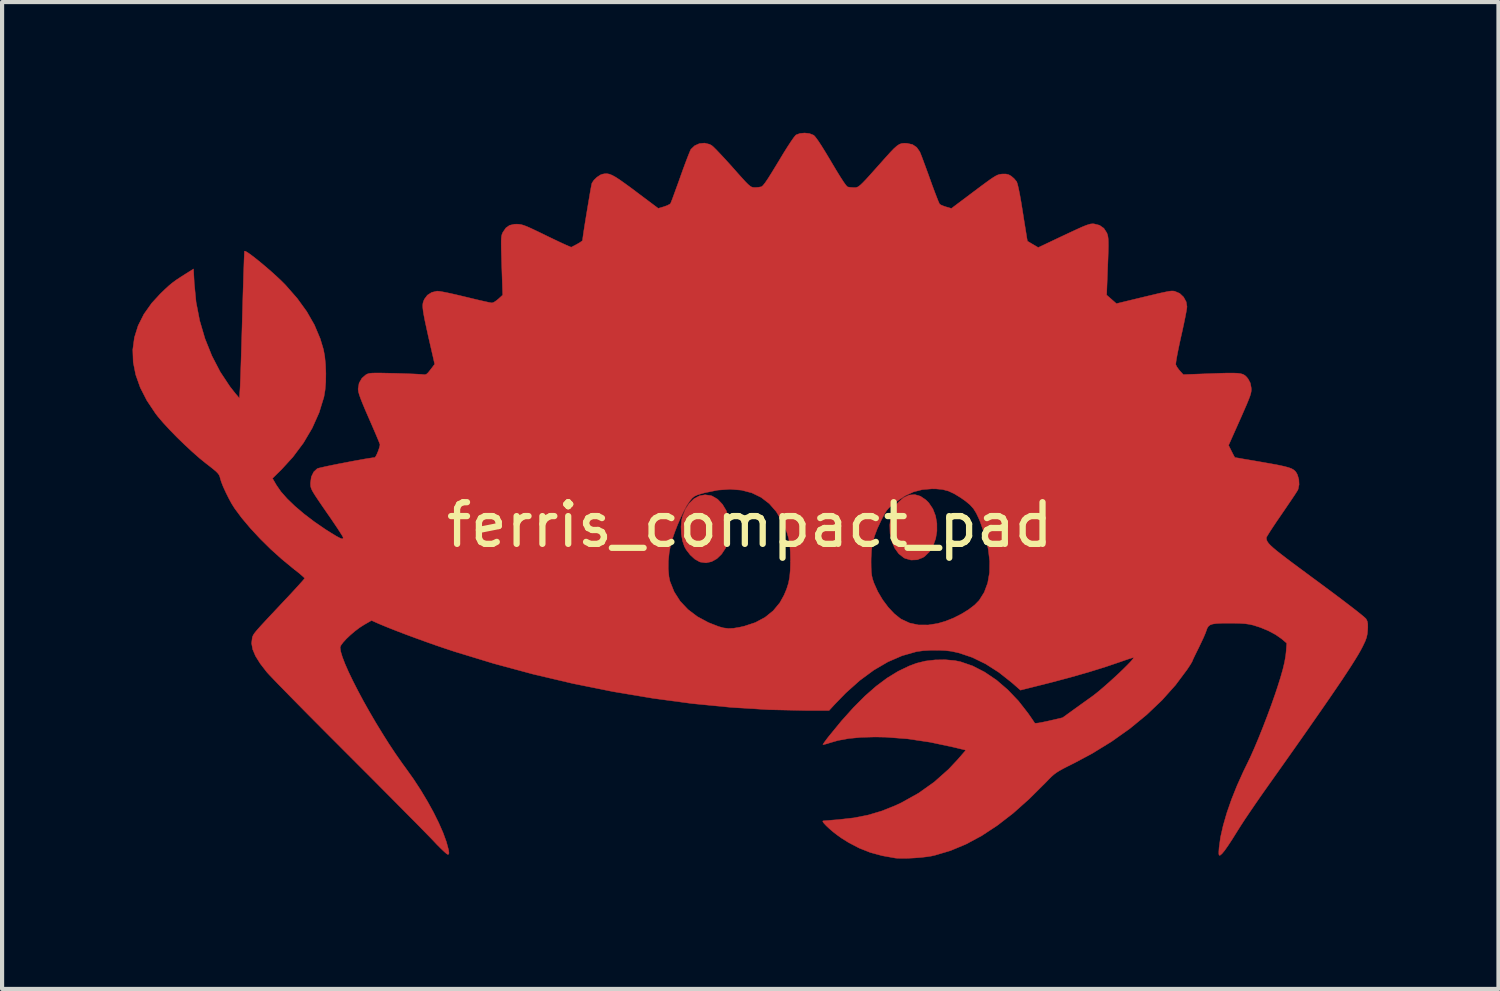
<source format=kicad_pcb>
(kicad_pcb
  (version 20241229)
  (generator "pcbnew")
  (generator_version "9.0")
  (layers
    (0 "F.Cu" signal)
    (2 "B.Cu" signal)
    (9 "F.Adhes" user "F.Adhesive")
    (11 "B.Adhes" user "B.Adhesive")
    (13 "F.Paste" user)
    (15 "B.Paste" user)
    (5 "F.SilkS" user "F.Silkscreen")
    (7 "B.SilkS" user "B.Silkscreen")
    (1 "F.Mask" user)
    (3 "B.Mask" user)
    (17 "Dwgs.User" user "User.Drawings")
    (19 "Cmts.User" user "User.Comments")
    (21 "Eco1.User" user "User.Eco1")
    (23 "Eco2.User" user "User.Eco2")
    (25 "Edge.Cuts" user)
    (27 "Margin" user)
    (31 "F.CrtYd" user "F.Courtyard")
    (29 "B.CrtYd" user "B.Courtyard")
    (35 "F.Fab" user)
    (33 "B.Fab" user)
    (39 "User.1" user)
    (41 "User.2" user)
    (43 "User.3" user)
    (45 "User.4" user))
  (footprint "ferris_compact_pad"
    (layer "F.Cu")
    (at 14.941 9.045)
    (property "Reference" "ferris_compact_pad" (at 0 0.5 0) (layer "F.SilkS") (effects (font (size 1 1) (thickness 0.15))))
    (attr through_hole)
    (fp_poly (pts (xy 4.094 -0.189) (xy 4.225 -0.1) (xy 4.294 -0.031) (xy 4.392 0.114) (xy 4.457 0.282) (xy 4.489 0.463) (xy 4.49 0.648) (xy 4.46 0.829) (xy 4.4 0.997) (xy 4.312 1.142) (xy 4.197 1.255) (xy 4.152 1.284) (xy 4.015 1.337) (xy 3.869 1.343) (xy 3.727 1.304) (xy 3.696 1.288) (xy 3.574 1.192) (xy 3.477 1.057) (xy 3.406 0.891) (xy 3.365 0.704) (xy 3.359 0.502) (xy 3.359 0.495) (xy 3.384 0.305) (xy 3.436 0.147) (xy 3.521 0.01) (xy 3.566 -0.045) (xy 3.693 -0.156) (xy 3.825 -0.217) (xy 3.96 -0.228) (xy 4.094 -0.189)) (stroke (width 0.01) (type solid)) (fill yes) (layer "F.Cu"))
    (fp_poly (pts (xy -0.932 -0.203) (xy -0.906 -0.194) (xy -0.773 -0.117) (xy -0.657 0.005) (xy -0.568 0.152) (xy -0.519 0.289) (xy -0.49 0.455) (xy -0.482 0.632) (xy -0.497 0.801) (xy -0.517 0.892) (xy -0.585 1.062) (xy -0.678 1.203) (xy -0.79 1.311) (xy -0.916 1.381) (xy -1.049 1.41) (xy -1.184 1.392) (xy -1.204 1.386) (xy -1.318 1.322) (xy -1.429 1.221) (xy -1.526 1.095) (xy -1.567 1.022) (xy -1.614 0.884) (xy -1.643 0.718) (xy -1.65 0.543) (xy -1.634 0.378) (xy -1.617 0.303) (xy -1.547 0.126) (xy -1.453 -0.019) (xy -1.339 -0.128) (xy -1.211 -0.197) (xy -1.074 -0.223) (xy -0.932 -0.203)) (stroke (width 0.01) (type solid)) (fill yes) (layer "F.Cu"))
    (fp_poly (pts (xy 1.432 -8.891) (xy 1.526 -8.854) (xy 1.537 -8.848) (xy 1.576 -8.805) (xy 1.638 -8.721) (xy 1.72 -8.597) (xy 1.819 -8.437) (xy 1.936 -8.242) (xy 1.956 -8.208) (xy 2.076 -8.006) (xy 2.176 -7.844) (xy 2.255 -7.723) (xy 2.312 -7.645) (xy 2.346 -7.611) (xy 2.349 -7.61) (xy 2.408 -7.6) (xy 2.487 -7.595) (xy 2.505 -7.595) (xy 2.534 -7.595) (xy 2.561 -7.599) (xy 2.589 -7.609) (xy 2.622 -7.63) (xy 2.663 -7.664) (xy 2.717 -7.716) (xy 2.787 -7.789) (xy 2.876 -7.887) (xy 2.989 -8.013) (xy 3.13 -8.171) (xy 3.25 -8.306) (xy 3.366 -8.434) (xy 3.456 -8.528) (xy 3.528 -8.592) (xy 3.589 -8.633) (xy 3.647 -8.653) (xy 3.709 -8.659) (xy 3.773 -8.656) (xy 3.904 -8.627) (xy 4.003 -8.561) (xy 4.078 -8.455) (xy 4.096 -8.413) (xy 4.128 -8.331) (xy 4.171 -8.216) (xy 4.223 -8.075) (xy 4.281 -7.917) (xy 4.32 -7.808) (xy 4.379 -7.644) (xy 4.434 -7.496) (xy 4.482 -7.371) (xy 4.52 -7.274) (xy 4.547 -7.214) (xy 4.556 -7.197) (xy 4.596 -7.173) (xy 4.666 -7.145) (xy 4.711 -7.131) (xy 4.837 -7.094) (xy 5.379 -7.501) (xy 5.543 -7.624) (xy 5.672 -7.719) (xy 5.772 -7.791) (xy 5.848 -7.842) (xy 5.907 -7.877) (xy 5.954 -7.899) (xy 5.995 -7.911) (xy 6.035 -7.917) (xy 6.053 -7.919) (xy 6.146 -7.92) (xy 6.214 -7.903) (xy 6.272 -7.87) (xy 6.341 -7.811) (xy 6.397 -7.744) (xy 6.404 -7.734) (xy 6.422 -7.683) (xy 6.446 -7.584) (xy 6.475 -7.443) (xy 6.507 -7.264) (xy 6.542 -7.049) (xy 6.552 -6.986) (xy 6.58 -6.808) (xy 6.606 -6.647) (xy 6.628 -6.511) (xy 6.645 -6.404) (xy 6.657 -6.335) (xy 6.662 -6.309) (xy 6.662 -6.309) (xy 6.685 -6.295) (xy 6.739 -6.263) (xy 6.795 -6.23) (xy 6.921 -6.156) (xy 7.531 -6.445) (xy 7.717 -6.532) (xy 7.864 -6.6) (xy 7.977 -6.651) (xy 8.063 -6.686) (xy 8.128 -6.708) (xy 8.178 -6.721) (xy 8.22 -6.725) (xy 8.258 -6.724) (xy 8.392 -6.69) (xy 8.496 -6.617) (xy 8.568 -6.505) (xy 8.572 -6.493) (xy 8.585 -6.456) (xy 8.594 -6.413) (xy 8.6 -6.36) (xy 8.603 -6.288) (xy 8.604 -6.191) (xy 8.601 -6.064) (xy 8.596 -5.898) (xy 8.588 -5.7) (xy 8.562 -5.016) (xy 8.68 -4.913) (xy 8.797 -4.81) (xy 9.04 -4.869) (xy 9.297 -4.931) (xy 9.509 -4.982) (xy 9.682 -5.023) (xy 9.819 -5.056) (xy 9.926 -5.079) (xy 10.007 -5.096) (xy 10.067 -5.107) (xy 10.111 -5.112) (xy 10.143 -5.113) (xy 10.169 -5.111) (xy 10.193 -5.107) (xy 10.199 -5.105) (xy 10.316 -5.055) (xy 10.409 -4.967) (xy 10.471 -4.853) (xy 10.49 -4.738) (xy 10.485 -4.689) (xy 10.469 -4.598) (xy 10.445 -4.473) (xy 10.414 -4.323) (xy 10.378 -4.155) (xy 10.348 -4.023) (xy 10.31 -3.849) (xy 10.277 -3.69) (xy 10.25 -3.552) (xy 10.231 -3.443) (xy 10.222 -3.37) (xy 10.222 -3.344) (xy 10.248 -3.292) (xy 10.295 -3.226) (xy 10.319 -3.198) (xy 10.401 -3.107) (xy 11.068 -3.131) (xy 11.286 -3.139) (xy 11.46 -3.144) (xy 11.596 -3.144) (xy 11.7 -3.14) (xy 11.777 -3.13) (xy 11.835 -3.113) (xy 11.879 -3.088) (xy 11.915 -3.055) (xy 11.95 -3.013) (xy 11.957 -3.004) (xy 12.01 -2.904) (xy 12.032 -2.786) (xy 12.034 -2.743) (xy 12.03 -2.7) (xy 12.02 -2.649) (xy 12 -2.585) (xy 11.968 -2.502) (xy 11.923 -2.392) (xy 11.861 -2.25) (xy 11.782 -2.069) (xy 11.765 -2.032) (xy 11.488 -1.41) (xy 11.561 -1.264) (xy 11.599 -1.189) (xy 11.628 -1.136) (xy 11.64 -1.117) (xy 11.666 -1.113) (xy 11.735 -1.102) (xy 11.84 -1.083) (xy 11.976 -1.06) (xy 12.136 -1.033) (xy 12.301 -1.004) (xy 12.517 -0.966) (xy 12.69 -0.934) (xy 12.823 -0.905) (xy 12.924 -0.878) (xy 12.999 -0.851) (xy 13.052 -0.82) (xy 13.091 -0.785) (xy 13.12 -0.743) (xy 13.141 -0.702) (xy 13.174 -0.59) (xy 13.18 -0.468) (xy 13.157 -0.358) (xy 13.147 -0.334) (xy 13.122 -0.294) (xy 13.074 -0.219) (xy 13.005 -0.116) (xy 12.92 0.009) (xy 12.825 0.149) (xy 12.753 0.254) (xy 12.654 0.398) (xy 12.566 0.529) (xy 12.492 0.642) (xy 12.437 0.73) (xy 12.403 0.787) (xy 12.395 0.806) (xy 12.397 0.838) (xy 12.405 0.87) (xy 12.421 0.904) (xy 12.449 0.943) (xy 12.492 0.989) (xy 12.554 1.046) (xy 12.636 1.115) (xy 12.742 1.199) (xy 12.876 1.302) (xy 13.04 1.426) (xy 13.238 1.572) (xy 13.471 1.745) (xy 13.602 1.841) (xy 13.827 2.008) (xy 14.037 2.164) (xy 14.228 2.308) (xy 14.397 2.437) (xy 14.541 2.548) (xy 14.655 2.639) (xy 14.736 2.706) (xy 14.781 2.747) (xy 14.788 2.756) (xy 14.815 2.809) (xy 14.828 2.872) (xy 14.829 2.962) (xy 14.826 3.016) (xy 14.817 3.114) (xy 14.799 3.199) (xy 14.767 3.288) (xy 14.714 3.399) (xy 14.703 3.422) (xy 14.657 3.509) (xy 14.598 3.612) (xy 14.525 3.732) (xy 14.437 3.872) (xy 14.332 4.033) (xy 14.21 4.218) (xy 14.068 4.427) (xy 13.906 4.664) (xy 13.722 4.93) (xy 13.515 5.227) (xy 13.284 5.558) (xy 13.027 5.923) (xy 12.743 6.325) (xy 12.43 6.766) (xy 12.383 6.833) (xy 12.256 7.013) (xy 12.127 7.2) (xy 12.002 7.383) (xy 11.887 7.553) (xy 11.79 7.702) (xy 11.715 7.82) (xy 11.708 7.831) (xy 11.581 8.035) (xy 11.476 8.195) (xy 11.393 8.313) (xy 11.33 8.389) (xy 11.286 8.426) (xy 11.28 8.428) (xy 11.263 8.426) (xy 11.254 8.399) (xy 11.254 8.339) (xy 11.261 8.239) (xy 11.295 7.993) (xy 11.358 7.715) (xy 11.446 7.41) (xy 11.558 7.088) (xy 11.691 6.756) (xy 11.842 6.42) (xy 11.926 6.248) (xy 12.01 6.074) (xy 12.105 5.86) (xy 12.207 5.618) (xy 12.312 5.356) (xy 12.416 5.086) (xy 12.516 4.816) (xy 12.607 4.557) (xy 12.657 4.407) (xy 12.734 4.164) (xy 12.792 3.96) (xy 12.833 3.786) (xy 12.859 3.635) (xy 12.87 3.529) (xy 12.884 3.338) (xy 12.756 3.23) (xy 12.617 3.133) (xy 12.443 3.04) (xy 12.25 2.96) (xy 12.078 2.905) (xy 11.986 2.885) (xy 11.883 2.87) (xy 11.76 2.862) (xy 11.603 2.858) (xy 11.505 2.858) (xy 11.333 2.859) (xy 11.203 2.865) (xy 11.11 2.878) (xy 11.046 2.9) (xy 11.002 2.935) (xy 10.973 2.984) (xy 10.951 3.046) (xy 10.928 3.108) (xy 10.887 3.204) (xy 10.833 3.319) (xy 10.774 3.442) (xy 10.768 3.454) (xy 10.712 3.567) (xy 10.665 3.663) (xy 10.632 3.734) (xy 10.617 3.769) (xy 10.617 3.772) (xy 10.604 3.797) (xy 10.569 3.855) (xy 10.518 3.933) (xy 10.492 3.972) (xy 10.214 4.344) (xy 9.89 4.706) (xy 9.524 5.054) (xy 9.12 5.386) (xy 8.682 5.697) (xy 8.215 5.984) (xy 7.798 6.207) (xy 7.64 6.286) (xy 7.519 6.348) (xy 7.426 6.4) (xy 7.353 6.446) (xy 7.291 6.493) (xy 7.232 6.546) (xy 7.166 6.612) (xy 7.099 6.682) (xy 6.705 7.074) (xy 6.319 7.418) (xy 5.937 7.713) (xy 5.561 7.96) (xy 5.187 8.161) (xy 4.815 8.316) (xy 4.444 8.426) (xy 4.356 8.446) (xy 4.246 8.463) (xy 4.106 8.479) (xy 3.951 8.491) (xy 3.795 8.499) (xy 3.653 8.501) (xy 3.539 8.498) (xy 3.493 8.494) (xy 3.175 8.437) (xy 2.891 8.36) (xy 2.628 8.256) (xy 2.371 8.122) (xy 2.197 8.013) (xy 2.099 7.943) (xy 2.001 7.867) (xy 1.911 7.79) (xy 1.835 7.719) (xy 1.779 7.659) (xy 1.751 7.618) (xy 1.756 7.602) (xy 1.793 7.598) (xy 1.871 7.592) (xy 1.977 7.583) (xy 2.102 7.573) (xy 2.127 7.571) (xy 2.498 7.529) (xy 2.838 7.462) (xy 3.164 7.365) (xy 3.49 7.235) (xy 3.645 7.162) (xy 4.048 6.937) (xy 4.424 6.67) (xy 4.77 6.363) (xy 4.982 6.137) (xy 5.184 5.905) (xy 4.897 5.835) (xy 4.329 5.714) (xy 3.786 5.633) (xy 3.265 5.593) (xy 3.01 5.588) (xy 2.671 5.597) (xy 2.375 5.625) (xy 2.117 5.672) (xy 1.937 5.724) (xy 1.85 5.751) (xy 1.785 5.768) (xy 1.755 5.771) (xy 1.754 5.77) (xy 1.769 5.744) (xy 1.809 5.688) (xy 1.866 5.612) (xy 1.9 5.569) (xy 2.2 5.203) (xy 2.487 4.883) (xy 2.763 4.606) (xy 3.031 4.371) (xy 3.295 4.174) (xy 3.556 4.014) (xy 3.819 3.887) (xy 4 3.819) (xy 4.211 3.767) (xy 4.447 3.739) (xy 4.691 3.735) (xy 4.922 3.756) (xy 5.056 3.783) (xy 5.347 3.883) (xy 5.635 4.031) (xy 5.918 4.222) (xy 6.189 4.455) (xy 6.446 4.724) (xy 6.675 5.017) (xy 6.739 5.109) (xy 6.792 5.186) (xy 6.827 5.239) (xy 6.837 5.256) (xy 6.863 5.259) (xy 6.93 5.252) (xy 7.026 5.234) (xy 7.145 5.209) (xy 7.176 5.202) (xy 7.506 5.125) (xy 7.792 4.918) (xy 7.909 4.834) (xy 8.023 4.752) (xy 8.121 4.682) (xy 8.192 4.632) (xy 8.198 4.627) (xy 8.282 4.564) (xy 8.384 4.482) (xy 8.497 4.385) (xy 8.618 4.279) (xy 8.739 4.169) (xy 8.858 4.059) (xy 8.967 3.954) (xy 9.062 3.86) (xy 9.138 3.781) (xy 9.188 3.722) (xy 9.209 3.689) (xy 9.205 3.683) (xy 9.172 3.691) (xy 9.101 3.713) (xy 9.003 3.746) (xy 8.892 3.785) (xy 8.526 3.909) (xy 8.119 4.035) (xy 7.677 4.161) (xy 7.21 4.285) (xy 7.127 4.306) (xy 6.494 4.465) (xy 6.286 4.283) (xy 5.976 4.038) (xy 5.66 3.836) (xy 5.34 3.68) (xy 5.02 3.572) (xy 4.84 3.532) (xy 4.695 3.515) (xy 4.522 3.507) (xy 4.338 3.508) (xy 4.163 3.518) (xy 4.017 3.538) (xy 3.995 3.542) (xy 3.654 3.639) (xy 3.314 3.786) (xy 2.976 3.984) (xy 2.639 4.232) (xy 2.304 4.531) (xy 2.036 4.807) (xy 1.902 4.953) (xy 1.338 4.953) (xy 0.458 4.934) (xy -0.45 4.878) (xy -1.38 4.787) (xy -2.325 4.66) (xy -3.28 4.5) (xy -4.239 4.307) (xy -5.196 4.082) (xy -6.144 3.826) (xy -7.079 3.541) (xy -7.303 3.467) (xy -7.527 3.391) (xy -7.767 3.306) (xy -8.013 3.217) (xy -8.254 3.128) (xy -8.481 3.041) (xy -8.684 2.961) (xy -8.854 2.891) (xy -8.926 2.86) (xy -9.076 2.793) (xy -9.256 2.896) (xy -9.364 2.965) (xy -9.476 3.05) (xy -9.585 3.143) (xy -9.683 3.236) (xy -9.761 3.322) (xy -9.813 3.394) (xy -9.83 3.441) (xy -9.816 3.537) (xy -9.776 3.67) (xy -9.712 3.836) (xy -9.627 4.029) (xy -9.523 4.245) (xy -9.404 4.478) (xy -9.272 4.725) (xy -9.128 4.981) (xy -8.977 5.24) (xy -8.82 5.497) (xy -8.661 5.75) (xy -8.501 5.991) (xy -8.343 6.217) (xy -8.246 6.35) (xy -8.068 6.6) (xy -7.897 6.862) (xy -7.737 7.129) (xy -7.591 7.393) (xy -7.464 7.649) (xy -7.359 7.888) (xy -7.28 8.105) (xy -7.23 8.29) (xy -7.225 8.312) (xy -7.218 8.376) (xy -7.229 8.403) (xy -7.247 8.407) (xy -7.276 8.39) (xy -7.333 8.34) (xy -7.411 8.266) (xy -7.505 8.172) (xy -7.586 8.086) (xy -7.647 8.022) (xy -7.742 7.925) (xy -7.866 7.798) (xy -8.017 7.644) (xy -8.193 7.467) (xy -8.389 7.269) (xy -8.603 7.053) (xy -8.832 6.823) (xy -9.072 6.581) (xy -9.322 6.331) (xy -9.578 6.075) (xy -9.656 5.997) (xy -9.909 5.743) (xy -10.155 5.497) (xy -10.391 5.259) (xy -10.614 5.035) (xy -10.821 4.825) (xy -11.01 4.633) (xy -11.177 4.462) (xy -11.321 4.315) (xy -11.438 4.193) (xy -11.526 4.101) (xy -11.581 4.041) (xy -11.593 4.027) (xy -11.748 3.826) (xy -11.86 3.647) (xy -11.928 3.486) (xy -11.954 3.341) (xy -11.939 3.211) (xy -11.939 3.209) (xy -11.932 3.184) (xy -11.922 3.16) (xy -11.908 3.133) (xy -11.886 3.1) (xy -11.852 3.057) (xy -11.804 3.001) (xy -11.739 2.928) (xy -11.653 2.835) (xy -11.543 2.716) (xy -11.405 2.57) (xy -11.238 2.392) (xy -11.151 2.299) (xy -11.026 2.167) (xy -10.915 2.046) (xy -10.82 1.942) (xy -10.746 1.86) (xy -10.698 1.804) (xy -10.681 1.78) (xy -10.681 1.78) (xy -10.7 1.758) (xy -10.752 1.711) (xy -10.83 1.645) (xy -10.928 1.567) (xy -10.932 1.564) (xy -1.956 1.564) (xy -1.939 1.745) (xy -1.915 1.856) (xy -1.815 2.105) (xy -1.672 2.329) (xy -1.485 2.528) (xy -1.258 2.7) (xy -0.99 2.844) (xy -0.749 2.938) (xy -0.63 2.971) (xy -0.516 2.985) (xy -0.392 2.98) (xy -0.244 2.955) (xy -0.13 2.929) (xy 0.134 2.842) (xy 0.365 2.718) (xy 0.561 2.56) (xy 0.721 2.367) (xy 0.823 2.183) (xy 0.884 2.037) (xy 0.928 1.897) (xy 0.956 1.75) (xy 0.971 1.583) (xy 0.976 1.384) (xy 2.91 1.384) (xy 2.912 1.527) (xy 2.917 1.633) (xy 2.927 1.716) (xy 2.944 1.79) (xy 2.97 1.87) (xy 2.983 1.905) (xy 3.072 2.102) (xy 3.187 2.296) (xy 3.321 2.475) (xy 3.464 2.628) (xy 3.609 2.745) (xy 3.638 2.763) (xy 3.834 2.854) (xy 4.048 2.9) (xy 4.281 2.901) (xy 4.508 2.865) (xy 4.694 2.811) (xy 4.888 2.734) (xy 5.077 2.638) (xy 5.25 2.532) (xy 5.396 2.42) (xy 5.503 2.311) (xy 5.625 2.117) (xy 5.708 1.894) (xy 5.752 1.644) (xy 5.756 1.37) (xy 5.721 1.077) (xy 5.647 0.765) (xy 5.534 0.44) (xy 5.498 0.352) (xy 5.434 0.217) (xy 5.367 0.11) (xy 5.284 0.017) (xy 5.175 -0.073) (xy 5.063 -0.152) (xy 4.906 -0.248) (xy 4.766 -0.313) (xy 4.625 -0.35) (xy 4.467 -0.365) (xy 4.369 -0.366) (xy 4.14 -0.347) (xy 3.93 -0.293) (xy 3.727 -0.199) (xy 3.521 -0.061) (xy 3.496 -0.042) (xy 3.403 0.033) (xy 3.335 0.094) (xy 3.284 0.154) (xy 3.237 0.228) (xy 3.184 0.328) (xy 3.155 0.385) (xy 3.06 0.589) (xy 2.992 0.768) (xy 2.947 0.935) (xy 2.921 1.108) (xy 2.911 1.3) (xy 2.91 1.384) (xy 0.976 1.384) (xy 0.976 1.382) (xy 0.976 1.346) (xy 0.972 1.143) (xy 0.959 0.975) (xy 0.934 0.829) (xy 0.894 0.69) (xy 0.835 0.544) (xy 0.775 0.415) (xy 0.635 0.181) (xy 0.467 -0.011) (xy 0.271 -0.161) (xy 0.049 -0.269) (xy -0.199 -0.334) (xy -0.472 -0.356) (xy -0.768 -0.335) (xy -1.086 -0.27) (xy -1.162 -0.249) (xy -1.261 -0.218) (xy -1.329 -0.186) (xy -1.382 -0.143) (xy -1.438 -0.076) (xy -1.447 -0.064) (xy -1.51 0.031) (xy -1.581 0.164) (xy -1.657 0.322) (xy -1.732 0.495) (xy -1.8 0.67) (xy -1.858 0.837) (xy -1.895 0.962) (xy -1.933 1.157) (xy -1.954 1.363) (xy -1.956 1.564) (xy -10.932 1.564) (xy -10.971 1.534) (xy -11.234 1.317) (xy -11.497 1.08) (xy -11.75 0.83) (xy -11.984 0.578) (xy -12.192 0.331) (xy -12.364 0.099) (xy -12.365 0.097) (xy -12.433 -0.011) (xy -12.504 -0.142) (xy -12.574 -0.283) (xy -12.636 -0.418) (xy -12.682 -0.536) (xy -12.704 -0.608) (xy -12.717 -0.658) (xy -12.735 -0.699) (xy -12.764 -0.739) (xy -12.81 -0.786) (xy -12.881 -0.845) (xy -12.982 -0.925) (xy -13.041 -0.97) (xy -13.201 -1.099) (xy -13.377 -1.254) (xy -13.561 -1.425) (xy -13.745 -1.603) (xy -13.918 -1.781) (xy -14.074 -1.95) (xy -14.203 -2.101) (xy -14.258 -2.172) (xy -14.467 -2.485) (xy -14.626 -2.796) (xy -14.735 -3.104) (xy -14.795 -3.407) (xy -14.805 -3.706) (xy -14.766 -3.997) (xy -14.677 -4.281) (xy -14.538 -4.557) (xy -14.35 -4.822) (xy -14.144 -5.046) (xy -14.028 -5.158) (xy -13.935 -5.243) (xy -13.85 -5.313) (xy -13.761 -5.378) (xy -13.655 -5.448) (xy -13.572 -5.501) (xy -13.348 -5.642) (xy -13.33 -5.3) (xy -13.286 -4.845) (xy -13.199 -4.399) (xy -13.072 -3.968) (xy -12.907 -3.557) (xy -12.707 -3.172) (xy -12.474 -2.82) (xy -12.349 -2.661) (xy -12.247 -2.54) (xy -12.233 -2.75) (xy -12.229 -2.813) (xy -12.225 -2.922) (xy -12.219 -3.071) (xy -12.213 -3.255) (xy -12.206 -3.47) (xy -12.199 -3.71) (xy -12.191 -3.969) (xy -12.183 -4.243) (xy -12.176 -4.508) (xy -12.168 -4.784) (xy -12.161 -5.045) (xy -12.153 -5.285) (xy -12.147 -5.502) (xy -12.14 -5.69) (xy -12.135 -5.845) (xy -12.13 -5.962) (xy -12.127 -6.038) (xy -12.125 -6.068) (xy -12.124 -6.069) (xy -12.097 -6.064) (xy -12.039 -6.029) (xy -11.955 -5.969) (xy -11.851 -5.889) (xy -11.734 -5.794) (xy -11.609 -5.689) (xy -11.481 -5.578) (xy -11.358 -5.467) (xy -11.244 -5.36) (xy -11.146 -5.262) (xy -11.136 -5.251) (xy -10.859 -4.935) (xy -10.63 -4.619) (xy -10.447 -4.299) (xy -10.308 -3.97) (xy -10.229 -3.708) (xy -10.199 -3.545) (xy -10.18 -3.349) (xy -10.172 -3.138) (xy -10.175 -2.928) (xy -10.191 -2.734) (xy -10.218 -2.573) (xy -10.218 -2.571) (xy -10.334 -2.194) (xy -10.499 -1.825) (xy -10.709 -1.469) (xy -10.963 -1.129) (xy -11.23 -0.837) (xy -11.453 -0.617) (xy -11.359 -0.455) (xy -11.251 -0.299) (xy -11.101 -0.129) (xy -10.914 0.051) (xy -10.696 0.236) (xy -10.452 0.422) (xy -10.186 0.605) (xy -10.043 0.695) (xy -9.922 0.769) (xy -9.837 0.814) (xy -9.784 0.834) (xy -9.76 0.828) (xy -9.758 0.8) (xy -9.76 0.794) (xy -9.777 0.762) (xy -9.82 0.694) (xy -9.883 0.596) (xy -9.964 0.475) (xy -10.058 0.336) (xy -10.157 0.194) (xy -10.272 0.027) (xy -10.361 -0.104) (xy -10.428 -0.205) (xy -10.476 -0.282) (xy -10.508 -0.34) (xy -10.527 -0.386) (xy -10.537 -0.425) (xy -10.54 -0.464) (xy -10.541 -0.505) (xy -10.521 -0.654) (xy -10.463 -0.773) (xy -10.38 -0.85) (xy -10.346 -0.862) (xy -10.269 -0.88) (xy -10.159 -0.905) (xy -10.023 -0.933) (xy -9.87 -0.964) (xy -9.707 -0.995) (xy -9.543 -1.027) (xy -9.387 -1.055) (xy -9.245 -1.081) (xy -9.127 -1.1) (xy -9.04 -1.113) (xy -8.998 -1.117) (xy -8.978 -1.14) (xy -8.949 -1.195) (xy -8.918 -1.268) (xy -8.892 -1.343) (xy -8.876 -1.404) (xy -8.874 -1.432) (xy -8.888 -1.469) (xy -8.919 -1.546) (xy -8.965 -1.656) (xy -9.023 -1.791) (xy -9.089 -1.944) (xy -9.143 -2.067) (xy -9.227 -2.26) (xy -9.291 -2.413) (xy -9.338 -2.532) (xy -9.37 -2.623) (xy -9.389 -2.692) (xy -9.397 -2.745) (xy -9.398 -2.766) (xy -9.374 -2.904) (xy -9.306 -3.022) (xy -9.214 -3.101) (xy -9.186 -3.117) (xy -9.155 -3.129) (xy -9.115 -3.138) (xy -9.06 -3.143) (xy -8.981 -3.145) (xy -8.873 -3.145) (xy -8.727 -3.142) (xy -8.539 -3.138) (xy -8.534 -3.138) (xy -8.36 -3.133) (xy -8.198 -3.127) (xy -8.056 -3.122) (xy -7.944 -3.116) (xy -7.87 -3.112) (xy -7.848 -3.109) (xy -7.797 -3.105) (xy -7.759 -3.117) (xy -7.718 -3.154) (xy -7.663 -3.223) (xy -7.66 -3.227) (xy -7.561 -3.357) (xy -7.602 -3.539) (xy -7.666 -3.816) (xy -7.719 -4.049) (xy -7.761 -4.241) (xy -7.795 -4.398) (xy -7.819 -4.523) (xy -7.836 -4.622) (xy -7.845 -4.699) (xy -7.848 -4.759) (xy -7.845 -4.806) (xy -7.837 -4.845) (xy -7.824 -4.88) (xy -7.808 -4.917) (xy -7.808 -4.917) (xy -7.736 -5.013) (xy -7.631 -5.08) (xy -7.507 -5.109) (xy -7.487 -5.109) (xy -7.431 -5.103) (xy -7.335 -5.086) (xy -7.207 -5.06) (xy -7.056 -5.026) (xy -6.89 -4.987) (xy -6.807 -4.967) (xy -6.642 -4.927) (xy -6.491 -4.891) (xy -6.361 -4.862) (xy -6.262 -4.84) (xy -6.2 -4.829) (xy -6.185 -4.827) (xy -6.138 -4.844) (xy -6.074 -4.887) (xy -6.032 -4.922) (xy -5.929 -5.016) (xy -5.952 -5.721) (xy -5.958 -5.929) (xy -5.963 -6.093) (xy -5.965 -6.219) (xy -5.965 -6.313) (xy -5.962 -6.382) (xy -5.956 -6.432) (xy -5.947 -6.469) (xy -5.935 -6.5) (xy -5.926 -6.52) (xy -5.853 -6.626) (xy -5.764 -6.689) (xy -5.648 -6.715) (xy -5.592 -6.717) (xy -5.538 -6.714) (xy -5.484 -6.706) (xy -5.422 -6.688) (xy -5.344 -6.658) (xy -5.243 -6.613) (xy -5.11 -6.55) (xy -4.991 -6.493) (xy -4.842 -6.42) (xy -4.7 -6.352) (xy -4.574 -6.292) (xy -4.475 -6.246) (xy -4.411 -6.217) (xy -4.41 -6.216) (xy -4.285 -6.163) (xy -4.149 -6.234) (xy -4.077 -6.276) (xy -4.028 -6.311) (xy -4.013 -6.329) (xy -4.009 -6.37) (xy -3.998 -6.452) (xy -3.981 -6.567) (xy -3.959 -6.707) (xy -3.934 -6.862) (xy -3.907 -7.026) (xy -3.88 -7.188) (xy -3.854 -7.342) (xy -3.831 -7.479) (xy -3.811 -7.59) (xy -3.796 -7.667) (xy -3.788 -7.701) (xy -3.742 -7.771) (xy -3.669 -7.842) (xy -3.586 -7.897) (xy -3.54 -7.915) (xy -3.483 -7.926) (xy -3.428 -7.928) (xy -3.369 -7.917) (xy -3.302 -7.89) (xy -3.22 -7.845) (xy -3.117 -7.778) (xy -2.989 -7.687) (xy -2.828 -7.57) (xy -2.736 -7.5) (xy -2.197 -7.096) (xy -2.06 -7.136) (xy -1.98 -7.165) (xy -1.921 -7.196) (xy -1.901 -7.214) (xy -1.887 -7.248) (xy -1.858 -7.322) (xy -1.818 -7.431) (xy -1.769 -7.566) (xy -1.712 -7.722) (xy -1.665 -7.855) (xy -1.605 -8.023) (xy -1.548 -8.177) (xy -1.497 -8.311) (xy -1.455 -8.417) (xy -1.426 -8.487) (xy -1.413 -8.513) (xy -1.323 -8.599) (xy -1.209 -8.65) (xy -1.085 -8.662) (xy -0.964 -8.632) (xy -0.913 -8.604) (xy -0.873 -8.57) (xy -0.805 -8.503) (xy -0.716 -8.409) (xy -0.61 -8.296) (xy -0.493 -8.168) (xy -0.408 -8.073) (xy -0.278 -7.926) (xy -0.177 -7.814) (xy -0.1 -7.73) (xy -0.042 -7.672) (xy 0.003 -7.634) (xy 0.037 -7.611) (xy 0.068 -7.601) (xy 0.099 -7.597) (xy 0.119 -7.596) (xy 0.202 -7.601) (xy 0.273 -7.613) (xy 0.284 -7.617) (xy 0.316 -7.644) (xy 0.367 -7.708) (xy 0.438 -7.812) (xy 0.529 -7.957) (xy 0.643 -8.144) (xy 0.693 -8.226) (xy 0.804 -8.411) (xy 0.903 -8.569) (xy 0.987 -8.697) (xy 1.052 -8.791) (xy 1.097 -8.846) (xy 1.11 -8.858) (xy 1.202 -8.893) (xy 1.316 -8.904) (xy 1.432 -8.891)) (stroke (width 0.01) (type solid)) (fill yes) (layer "F.Cu"))
    (fp_poly (pts (xy 1.346 -9.037) (xy 1.346 -9.037) (xy 1.468 -9.031) (xy 1.551 -9.022) (xy 1.61 -9.005) (xy 1.657 -8.979) (xy 1.664 -8.975) (xy 1.703 -8.932) (xy 1.765 -8.847) (xy 1.847 -8.723) (xy 1.947 -8.562) (xy 2.064 -8.366) (xy 2.083 -8.334) (xy 2.194 -8.147) (xy 2.289 -7.992) (xy 2.366 -7.873) (xy 2.423 -7.792) (xy 2.458 -7.752) (xy 2.466 -7.748) (xy 2.484 -7.753) (xy 2.511 -7.772) (xy 2.551 -7.807) (xy 2.606 -7.863) (xy 2.681 -7.942) (xy 2.779 -8.048) (xy 2.902 -8.185) (xy 3.053 -8.354) (xy 3.123 -8.433) (xy 3.235 -8.558) (xy 3.323 -8.651) (xy 3.394 -8.715) (xy 3.459 -8.755) (xy 3.525 -8.778) (xy 3.603 -8.787) (xy 3.7 -8.786) (xy 3.77 -8.784) (xy 3.891 -8.779) (xy 3.973 -8.772) (xy 4.028 -8.76) (xy 4.067 -8.741) (xy 4.102 -8.712) (xy 4.103 -8.712) (xy 4.133 -8.683) (xy 4.159 -8.651) (xy 4.185 -8.612) (xy 4.212 -8.559) (xy 4.244 -8.487) (xy 4.282 -8.389) (xy 4.33 -8.259) (xy 4.391 -8.093) (xy 4.447 -7.935) (xy 4.506 -7.771) (xy 4.561 -7.623) (xy 4.608 -7.497) (xy 4.646 -7.4) (xy 4.671 -7.339) (xy 4.68 -7.322) (xy 4.725 -7.294) (xy 4.753 -7.29) (xy 4.786 -7.305) (xy 4.853 -7.346) (xy 4.949 -7.41) (xy 5.066 -7.492) (xy 5.198 -7.589) (xy 5.3 -7.664) (xy 5.8 -8.039) (xy 6.056 -8.047) (xy 6.175 -8.05) (xy 6.257 -8.048) (xy 6.314 -8.039) (xy 6.358 -8.022) (xy 6.399 -7.997) (xy 6.468 -7.938) (xy 6.524 -7.871) (xy 6.531 -7.861) (xy 6.549 -7.81) (xy 6.573 -7.711) (xy 6.602 -7.57) (xy 6.634 -7.391) (xy 6.669 -7.176) (xy 6.679 -7.113) (xy 6.71 -6.923) (xy 6.739 -6.755) (xy 6.765 -6.615) (xy 6.788 -6.508) (xy 6.805 -6.441) (xy 6.815 -6.42) (xy 6.85 -6.397) (xy 6.883 -6.382) (xy 6.92 -6.376) (xy 6.967 -6.383) (xy 7.03 -6.403) (xy 7.117 -6.438) (xy 7.234 -6.491) (xy 7.387 -6.562) (xy 7.475 -6.603) (xy 8.017 -6.858) (xy 8.232 -6.858) (xy 8.386 -6.851) (xy 8.5 -6.826) (xy 8.586 -6.779) (xy 8.652 -6.705) (xy 8.682 -6.653) (xy 8.699 -6.619) (xy 8.713 -6.587) (xy 8.722 -6.55) (xy 8.729 -6.501) (xy 8.733 -6.435) (xy 8.734 -6.345) (xy 8.733 -6.224) (xy 8.729 -6.067) (xy 8.725 -5.866) (xy 8.724 -5.828) (xy 8.706 -5.116) (xy 8.792 -5.051) (xy 8.877 -4.986) (xy 9.373 -5.112) (xy 9.559 -5.158) (xy 9.708 -5.192) (xy 9.828 -5.216) (xy 9.932 -5.231) (xy 10.028 -5.239) (xy 10.114 -5.241) (xy 10.233 -5.242) (xy 10.313 -5.237) (xy 10.369 -5.226) (xy 10.411 -5.206) (xy 10.431 -5.192) (xy 10.505 -5.128) (xy 10.56 -5.053) (xy 10.598 -4.964) (xy 10.617 -4.855) (xy 10.62 -4.721) (xy 10.605 -4.557) (xy 10.574 -4.357) (xy 10.526 -4.118) (xy 10.492 -3.964) (xy 10.368 -3.42) (xy 10.436 -3.335) (xy 10.503 -3.25) (xy 11.201 -3.266) (xy 11.9 -3.283) (xy 11.986 -3.222) (xy 12.067 -3.153) (xy 12.121 -3.069) (xy 12.153 -2.962) (xy 12.166 -2.821) (xy 12.167 -2.759) (xy 12.167 -2.532) (xy 11.922 -1.977) (xy 11.845 -1.801) (xy 11.787 -1.666) (xy 11.745 -1.564) (xy 11.718 -1.49) (xy 11.703 -1.437) (xy 11.698 -1.399) (xy 11.701 -1.37) (xy 11.71 -1.345) (xy 11.738 -1.288) (xy 11.763 -1.256) (xy 11.763 -1.255) (xy 11.793 -1.247) (xy 11.867 -1.232) (xy 11.976 -1.212) (xy 12.115 -1.186) (xy 12.277 -1.157) (xy 12.434 -1.13) (xy 12.65 -1.092) (xy 12.821 -1.06) (xy 12.954 -1.032) (xy 13.054 -1.005) (xy 13.128 -0.977) (xy 13.181 -0.946) (xy 13.219 -0.911) (xy 13.248 -0.868) (xy 13.268 -0.829) (xy 13.291 -0.75) (xy 13.305 -0.641) (xy 13.311 -0.515) (xy 13.307 -0.391) (xy 13.295 -0.283) (xy 13.274 -0.208) (xy 13.273 -0.206) (xy 13.248 -0.165) (xy 13.199 -0.089) (xy 13.13 0.014) (xy 13.047 0.138) (xy 12.953 0.274) (xy 12.914 0.332) (xy 12.82 0.468) (xy 12.737 0.593) (xy 12.668 0.698) (xy 12.618 0.777) (xy 12.592 0.825) (xy 12.588 0.834) (xy 12.608 0.855) (xy 12.665 0.904) (xy 12.755 0.976) (xy 12.875 1.071) (xy 13.022 1.183) (xy 13.191 1.312) (xy 13.379 1.453) (xy 13.583 1.604) (xy 13.716 1.702) (xy 13.942 1.869) (xy 14.152 2.027) (xy 14.344 2.171) (xy 14.514 2.301) (xy 14.658 2.413) (xy 14.772 2.504) (xy 14.854 2.571) (xy 14.899 2.612) (xy 14.906 2.62) (xy 14.931 2.66) (xy 14.947 2.699) (xy 14.956 2.751) (xy 14.96 2.825) (xy 14.958 2.932) (xy 14.956 3.011) (xy 14.952 3.14) (xy 14.946 3.234) (xy 14.935 3.306) (xy 14.914 3.372) (xy 14.881 3.446) (xy 14.833 3.544) (xy 14.832 3.544) (xy 14.774 3.653) (xy 14.694 3.788) (xy 14.592 3.952) (xy 14.467 4.145) (xy 14.319 4.37) (xy 14.145 4.628) (xy 13.945 4.919) (xy 13.718 5.246) (xy 13.463 5.611) (xy 13.179 6.014) (xy 13.068 6.172) (xy 12.933 6.363) (xy 12.794 6.558) (xy 12.658 6.75) (xy 12.531 6.931) (xy 12.418 7.091) (xy 12.325 7.221) (xy 12.291 7.27) (xy 12.182 7.427) (xy 12.061 7.607) (xy 11.94 7.79) (xy 11.833 7.958) (xy 11.799 8.014) (xy 11.718 8.144) (xy 11.64 8.265) (xy 11.573 8.367) (xy 11.521 8.442) (xy 11.498 8.473) (xy 11.454 8.521) (xy 11.413 8.547) (xy 11.356 8.558) (xy 11.272 8.56) (xy 11.118 8.56) (xy 11.133 8.236) (xy 11.146 8.056) (xy 11.166 7.881) (xy 11.193 7.731) (xy 11.201 7.696) (xy 11.298 7.348) (xy 11.426 6.977) (xy 11.578 6.598) (xy 11.749 6.224) (xy 11.799 6.121) (xy 11.895 5.922) (xy 12 5.685) (xy 12.109 5.423) (xy 12.219 5.144) (xy 12.327 4.859) (xy 12.428 4.577) (xy 12.519 4.31) (xy 12.596 4.067) (xy 12.655 3.859) (xy 12.661 3.835) (xy 12.696 3.693) (xy 12.721 3.591) (xy 12.734 3.522) (xy 12.736 3.477) (xy 12.728 3.446) (xy 12.708 3.423) (xy 12.679 3.398) (xy 12.671 3.392) (xy 12.618 3.354) (xy 12.58 3.342) (xy 12.573 3.345) (xy 12.554 3.373) (xy 12.513 3.435) (xy 12.455 3.525) (xy 12.385 3.634) (xy 12.347 3.694) (xy 12.272 3.81) (xy 12.17 3.964) (xy 12.045 4.15) (xy 11.9 4.366) (xy 11.737 4.605) (xy 11.56 4.864) (xy 11.371 5.138) (xy 11.174 5.424) (xy 10.971 5.717) (xy 10.907 5.809) (xy 10.803 5.96) (xy 10.69 6.128) (xy 10.58 6.296) (xy 10.484 6.445) (xy 10.456 6.49) (xy 10.386 6.601) (xy 10.324 6.694) (xy 10.277 6.761) (xy 10.249 6.795) (xy 10.244 6.798) (xy 10.243 6.767) (xy 10.258 6.696) (xy 10.284 6.595) (xy 10.32 6.472) (xy 10.363 6.334) (xy 10.41 6.192) (xy 10.459 6.052) (xy 10.507 5.924) (xy 10.514 5.907) (xy 10.574 5.763) (xy 10.649 5.594) (xy 10.729 5.42) (xy 10.806 5.261) (xy 10.815 5.242) (xy 10.998 4.864) (xy 11.179 4.464) (xy 11.347 4.07) (xy 11.383 3.98) (xy 11.434 3.849) (xy 11.488 3.706) (xy 11.541 3.56) (xy 11.589 3.421) (xy 11.631 3.297) (xy 11.662 3.197) (xy 11.681 3.13) (xy 11.684 3.109) (xy 11.667 3.103) (xy 11.618 3.13) (xy 11.55 3.181) (xy 11.443 3.262) (xy 11.3 3.361) (xy 11.13 3.473) (xy 10.941 3.591) (xy 10.94 3.591) (xy 10.887 3.642) (xy 10.828 3.728) (xy 10.786 3.805) (xy 10.639 4.068) (xy 10.445 4.342) (xy 10.205 4.629) (xy 9.917 4.93) (xy 9.915 4.933) (xy 9.494 5.316) (xy 9.031 5.673) (xy 8.53 6.001) (xy 7.995 6.299) (xy 7.925 6.334) (xy 7.767 6.413) (xy 7.646 6.475) (xy 7.553 6.527) (xy 7.48 6.573) (xy 7.418 6.62) (xy 7.359 6.673) (xy 7.293 6.739) (xy 7.226 6.809) (xy 6.837 7.197) (xy 6.456 7.536) (xy 6.08 7.829) (xy 5.708 8.075) (xy 5.338 8.276) (xy 4.968 8.433) (xy 4.595 8.549) (xy 4.483 8.575) (xy 4.399 8.588) (xy 4.277 8.6) (xy 4.129 8.61) (xy 3.965 8.619) (xy 3.799 8.625) (xy 3.642 8.629) (xy 3.506 8.629) (xy 3.402 8.625) (xy 3.365 8.621) (xy 3.014 8.555) (xy 2.695 8.463) (xy 2.426 8.35) (xy 2.265 8.263) (xy 2.097 8.156) (xy 1.935 8.042) (xy 1.796 7.93) (xy 1.734 7.872) (xy 1.665 7.801) (xy 1.625 7.749) (xy 1.606 7.701) (xy 1.6 7.64) (xy 1.6 7.608) (xy 1.6 7.476) (xy 1.975 7.446) (xy 2.127 7.432) (xy 2.28 7.415) (xy 2.418 7.397) (xy 2.523 7.38) (xy 2.54 7.376) (xy 2.872 7.289) (xy 3.213 7.17) (xy 3.545 7.024) (xy 3.851 6.859) (xy 3.962 6.789) (xy 4.077 6.71) (xy 4.202 6.615) (xy 4.331 6.511) (xy 4.459 6.403) (xy 4.579 6.297) (xy 4.685 6.199) (xy 4.769 6.113) (xy 4.827 6.046) (xy 4.851 6.003) (xy 4.851 5.999) (xy 4.828 5.986) (xy 4.762 5.965) (xy 4.662 5.939) (xy 4.537 5.91) (xy 4.393 5.879) (xy 4.24 5.848) (xy 4.084 5.82) (xy 4 5.806) (xy 3.545 5.745) (xy 3.127 5.718) (xy 2.747 5.725) (xy 2.404 5.765) (xy 2.098 5.84) (xy 2.057 5.853) (xy 1.947 5.885) (xy 1.837 5.908) (xy 1.75 5.918) (xy 1.746 5.918) (xy 1.626 5.918) (xy 1.626 5.777) (xy 1.629 5.694) (xy 1.646 5.629) (xy 1.683 5.562) (xy 1.727 5.499) (xy 1.779 5.427) (xy 1.815 5.37) (xy 1.829 5.341) (xy 1.804 5.336) (xy 1.735 5.331) (xy 1.628 5.326) (xy 1.488 5.322) (xy 1.322 5.318) (xy 1.137 5.315) (xy 1.06 5.314) (xy 0.047 5.292) (xy -0.926 5.244) (xy -1.866 5.17) (xy -2.777 5.07) (xy -3.664 4.942) (xy -4.532 4.788) (xy -4.665 4.761) (xy -4.901 4.711) (xy -5.153 4.654) (xy -5.411 4.593) (xy -5.666 4.529) (xy -5.906 4.466) (xy -6.121 4.407) (xy -6.3 4.353) (xy -6.363 4.332) (xy -6.65 4.23) (xy -6.95 4.114) (xy -7.249 3.988) (xy -7.536 3.858) (xy -7.799 3.729) (xy -8.026 3.606) (xy -8.045 3.595) (xy -8.137 3.545) (xy -8.19 3.528) (xy -8.204 3.537) (xy -8.193 3.572) (xy -8.161 3.646) (xy -8.111 3.752) (xy -8.047 3.885) (xy -7.972 4.037) (xy -7.889 4.204) (xy -7.8 4.378) (xy -7.71 4.554) (xy -7.621 4.725) (xy -7.536 4.885) (xy -7.459 5.028) (xy -7.393 5.148) (xy -7.352 5.219) (xy -7.2 5.487) (xy -7.062 5.749) (xy -6.942 6) (xy -6.842 6.23) (xy -6.767 6.433) (xy -6.732 6.553) (xy -6.711 6.634) (xy -6.693 6.702) (xy -6.688 6.718) (xy -6.673 6.769) (xy -6.73 6.718) (xy -6.767 6.679) (xy -6.825 6.607) (xy -6.896 6.514) (xy -6.974 6.409) (xy -6.979 6.401) (xy -7.053 6.302) (xy -7.151 6.174) (xy -7.266 6.026) (xy -7.391 5.87) (xy -7.517 5.714) (xy -7.569 5.652) (xy -7.898 5.25) (xy -8.196 4.886) (xy -8.46 4.56) (xy -8.692 4.271) (xy -8.891 4.02) (xy -9.057 3.807) (xy -9.189 3.632) (xy -9.289 3.495) (xy -9.355 3.397) (xy -9.399 3.331) (xy -9.434 3.287) (xy -9.448 3.277) (xy -9.475 3.293) (xy -9.526 3.334) (xy -9.573 3.375) (xy -9.679 3.474) (xy -9.614 3.648) (xy -9.545 3.817) (xy -9.45 4.02) (xy -9.333 4.251) (xy -9.198 4.501) (xy -9.05 4.766) (xy -8.893 5.036) (xy -8.729 5.307) (xy -8.565 5.57) (xy -8.403 5.818) (xy -8.247 6.046) (xy -8.119 6.223) (xy -7.93 6.488) (xy -7.748 6.77) (xy -7.577 7.059) (xy -7.424 7.344) (xy -7.294 7.615) (xy -7.192 7.862) (xy -7.174 7.912) (xy -7.11 8.166) (xy -7.092 8.325) (xy -7.08 8.534) (xy -7.412 8.534) (xy -7.713 8.213) (xy -7.774 8.15) (xy -7.868 8.053) (xy -7.992 7.926) (xy -8.143 7.773) (xy -8.318 7.596) (xy -8.514 7.397) (xy -8.729 7.181) (xy -8.958 6.95) (xy -9.2 6.707) (xy -9.451 6.455) (xy -9.709 6.197) (xy -9.82 6.086) (xy -10.075 5.83) (xy -10.323 5.581) (xy -10.56 5.342) (xy -10.785 5.115) (xy -10.993 4.903) (xy -11.183 4.709) (xy -11.352 4.536) (xy -11.497 4.386) (xy -11.616 4.263) (xy -11.705 4.168) (xy -11.762 4.105) (xy -11.779 4.085) (xy -11.896 3.927) (xy -11.98 3.791) (xy -12.036 3.663) (xy -12.069 3.532) (xy -12.083 3.398) (xy -12.086 3.232) (xy -12.069 3.102) (xy -12.028 2.996) (xy -11.961 2.902) (xy -11.944 2.883) (xy -11.901 2.837) (xy -11.828 2.76) (xy -11.732 2.659) (xy -11.62 2.539) (xy -11.495 2.407) (xy -11.386 2.291) (xy -10.924 1.8) (xy -11.18 1.596) (xy -11.361 1.444) (xy -1.827 1.444) (xy -1.804 1.667) (xy -1.735 1.886) (xy -1.623 2.094) (xy -1.47 2.289) (xy -1.279 2.465) (xy -1.053 2.619) (xy -0.953 2.673) (xy -0.781 2.755) (xy -0.637 2.807) (xy -0.507 2.831) (xy -0.38 2.828) (xy -0.241 2.799) (xy -0.077 2.745) (xy 0.166 2.634) (xy 0.371 2.49) (xy 0.54 2.313) (xy 0.674 2.099) (xy 0.776 1.848) (xy 0.804 1.753) (xy 0.833 1.591) (xy 0.843 1.438) (xy 3.033 1.438) (xy 3.036 1.472) (xy 3.063 1.609) (xy 3.11 1.765) (xy 3.169 1.918) (xy 3.232 2.048) (xy 3.245 2.069) (xy 3.412 2.307) (xy 3.585 2.495) (xy 3.765 2.633) (xy 3.951 2.722) (xy 4.142 2.761) (xy 4.339 2.749) (xy 4.407 2.734) (xy 4.603 2.671) (xy 4.8 2.587) (xy 4.987 2.49) (xy 5.154 2.385) (xy 5.29 2.278) (xy 5.367 2.197) (xy 5.465 2.057) (xy 5.536 1.911) (xy 5.588 1.74) (xy 5.603 1.673) (xy 5.62 1.582) (xy 5.627 1.506) (xy 5.625 1.427) (xy 5.612 1.328) (xy 5.599 1.249) (xy 5.54 0.98) (xy 5.539 0.978) (xy 5.69 0.978) (xy 5.702 0.991) (xy 5.715 0.978) (xy 5.702 0.965) (xy 5.69 0.978) (xy 5.539 0.978) (xy 5.454 0.699) (xy 5.395 0.546) (xy 5.563 0.546) (xy 5.575 0.559) (xy 5.588 0.546) (xy 5.575 0.533) (xy 5.563 0.546) (xy 5.395 0.546) (xy 5.35 0.429) (xy 5.337 0.4) (xy 5.25 0.252) (xy 5.124 0.115) (xy 4.954 -0.016) (xy 4.864 -0.074) (xy 4.79 -0.113) (xy 4.698 -0.153) (xy 4.599 -0.191) (xy 4.505 -0.222) (xy 4.429 -0.242) (xy 4.382 -0.246) (xy 4.375 -0.243) (xy 4.384 -0.22) (xy 4.416 -0.169) (xy 4.452 -0.12) (xy 4.527 -0.000483) (xy 4.579 0.135) (xy 4.609 0.296) (xy 4.62 0.49) (xy 4.618 0.639) (xy 4.608 0.805) (xy 4.593 0.933) (xy 4.567 1.038) (xy 4.527 1.13) (xy 4.47 1.225) (xy 4.452 1.253) (xy 4.386 1.328) (xy 4.303 1.396) (xy 4.279 1.411) (xy 4.223 1.441) (xy 4.165 1.459) (xy 4.094 1.469) (xy 3.993 1.473) (xy 3.927 1.473) (xy 3.798 1.471) (xy 3.705 1.462) (xy 3.634 1.445) (xy 3.582 1.423) (xy 3.466 1.337) (xy 3.367 1.211) (xy 3.29 1.054) (xy 3.24 0.875) (xy 3.23 0.805) (xy 3.211 0.648) (xy 3.157 0.79) (xy 3.102 0.958) (xy 3.061 1.133) (xy 3.037 1.298) (xy 3.033 1.438) (xy 0.843 1.438) (xy 0.846 1.403) (xy 0.842 1.207) (xy 0.822 1.026) (xy 0.804 0.94) (xy 0.751 0.777) (xy 0.676 0.601) (xy 0.588 0.431) (xy 0.497 0.286) (xy 0.461 0.239) (xy 0.301 0.078) (xy 0.105 -0.054) (xy -0.117 -0.151) (xy -0.145 -0.158) (xy 3.665 -0.158) (xy 3.67 -0.158) (xy 3.715 -0.181) (xy 3.761 -0.201) (xy 3.795 -0.219) (xy 3.782 -0.227) (xy 3.781 -0.227) (xy 3.731 -0.212) (xy 3.691 -0.184) (xy 3.665 -0.158) (xy -0.145 -0.158) (xy -0.355 -0.209) (xy -0.439 -0.219) (xy -0.622 -0.236) (xy -0.567 -0.175) (xy -0.525 -0.119) (xy -0.475 -0.037) (xy -0.44 0.025) (xy -0.412 0.085) (xy -0.391 0.139) (xy -0.378 0.199) (xy -0.369 0.277) (xy -0.364 0.384) (xy -0.36 0.525) (xy -0.358 0.719) (xy -0.366 0.874) (xy -0.386 1) (xy -0.419 1.109) (xy -0.468 1.212) (xy -0.505 1.274) (xy -0.611 1.4) (xy -0.745 1.486) (xy -0.91 1.534) (xy -1 1.544) (xy -1.11 1.545) (xy -1.218 1.538) (xy -1.291 1.525) (xy -1.406 1.473) (xy -1.521 1.383) (xy -1.623 1.267) (xy -1.687 1.163) (xy -1.723 1.096) (xy -1.747 1.068) (xy -1.766 1.083) (xy -1.784 1.143) (xy -1.802 1.219) (xy -1.827 1.444) (xy -11.361 1.444) (xy -11.434 1.382) (xy -11.688 1.147) (xy -11.932 0.901) (xy -12.157 0.653) (xy -12.355 0.412) (xy -12.492 0.224) (xy -12.56 0.116) (xy -12.631 -0.015) (xy -12.701 -0.156) (xy -12.763 -0.291) (xy -12.809 -0.409) (xy -12.831 -0.481) (xy -12.844 -0.531) (xy -12.862 -0.572) (xy -12.891 -0.612) (xy -12.937 -0.659) (xy -13.008 -0.718) (xy -13.109 -0.798) (xy -13.168 -0.843) (xy -13.328 -0.972) (xy -13.504 -1.127) (xy -13.688 -1.298) (xy -13.872 -1.476) (xy -14.045 -1.654) (xy -14.201 -1.823) (xy -14.33 -1.974) (xy -14.385 -2.045) (xy -14.515 -2.236) (xy -14.637 -2.446) (xy -14.744 -2.661) (xy -14.829 -2.867) (xy -14.884 -3.048) (xy -14.912 -3.209) (xy -14.929 -3.403) (xy -14.936 -3.612) (xy -14.931 -3.818) (xy -14.916 -4.006) (xy -14.897 -4.127) (xy -14.818 -4.385) (xy -14.691 -4.643) (xy -14.52 -4.895) (xy -14.307 -5.137) (xy -14.271 -5.173) (xy -14.155 -5.285) (xy -14.062 -5.37) (xy -13.977 -5.44) (xy -13.889 -5.505) (xy -13.783 -5.575) (xy -13.702 -5.626) (xy -13.595 -5.691) (xy -13.517 -5.732) (xy -13.455 -5.755) (xy -13.395 -5.764) (xy -13.348 -5.766) (xy -13.216 -5.766) (xy -13.2 -5.417) (xy -13.156 -4.952) (xy -13.067 -4.497) (xy -12.935 -4.058) (xy -12.761 -3.64) (xy -12.547 -3.25) (xy -12.491 -3.162) (xy -12.357 -2.959) (xy -12.342 -3.429) (xy -12.338 -3.557) (xy -12.332 -3.728) (xy -12.326 -3.933) (xy -12.319 -4.164) (xy -12.312 -4.413) (xy -12.304 -4.672) (xy -12.296 -4.932) (xy -12.293 -5.048) (xy -12.26 -6.198) (xy -12.113 -6.198) (xy -12.037 -6.195) (xy -11.979 -6.184) (xy -11.922 -6.158) (xy -11.851 -6.11) (xy -11.793 -6.067) (xy -11.398 -5.748) (xy -11.053 -5.424) (xy -10.758 -5.094) (xy -10.513 -4.76) (xy -10.318 -4.419) (xy -10.172 -4.073) (xy -10.093 -3.797) (xy -10.071 -3.668) (xy -10.055 -3.501) (xy -10.046 -3.311) (xy -10.043 -3.11) (xy -10.046 -2.909) (xy -10.055 -2.722) (xy -10.07 -2.561) (xy -10.091 -2.444) (xy -10.208 -2.066) (xy -10.374 -1.695) (xy -10.585 -1.337) (xy -10.841 -0.994) (xy -11.047 -0.764) (xy -11.228 -0.576) (xy -11.16 -0.472) (xy -11.094 -0.385) (xy -10.996 -0.277) (xy -10.878 -0.158) (xy -10.749 -0.037) (xy -10.618 0.077) (xy -10.516 0.158) (xy -10.433 0.219) (xy -10.367 0.266) (xy -10.326 0.291) (xy -10.318 0.293) (xy -10.328 0.27) (xy -10.362 0.214) (xy -10.415 0.133) (xy -10.482 0.034) (xy -10.489 0.024) (xy -10.668 -0.237) (xy -10.668 -0.343) (xy 4.648 -0.343) (xy 4.661 -0.33) (xy 4.674 -0.343) (xy 4.661 -0.356) (xy 4.648 -0.343) (xy -10.668 -0.343) (xy -10.668 -0.506) (xy -10.663 -0.663) (xy -10.647 -0.78) (xy -10.615 -0.866) (xy -10.566 -0.932) (xy -10.507 -0.977) (xy -10.464 -0.993) (xy -10.378 -1.016) (xy -10.254 -1.043) (xy -10.099 -1.074) (xy -9.919 -1.108) (xy -9.795 -1.129) (xy -9.619 -1.16) (xy -9.459 -1.189) (xy -9.323 -1.214) (xy -9.217 -1.234) (xy -9.147 -1.248) (xy -9.122 -1.255) (xy -9.097 -1.287) (xy -9.07 -1.341) (xy -9.062 -1.367) (xy -9.06 -1.398) (xy -9.068 -1.44) (xy -9.086 -1.499) (xy -9.118 -1.582) (xy -9.164 -1.694) (xy -9.228 -1.842) (xy -9.282 -1.968) (xy -9.525 -2.522) (xy -9.525 -2.766) (xy -9.519 -2.919) (xy -9.499 -3.033) (xy -9.461 -3.119) (xy -9.399 -3.186) (xy -9.341 -3.228) (xy -9.315 -3.244) (xy -9.286 -3.256) (xy -9.25 -3.264) (xy -9.199 -3.27) (xy -9.127 -3.273) (xy -9.029 -3.274) (xy -8.896 -3.272) (xy -8.724 -3.269) (xy -8.566 -3.265) (xy -7.873 -3.249) (xy -7.809 -3.32) (xy -7.785 -3.35) (xy -7.767 -3.382) (xy -7.758 -3.422) (xy -7.758 -3.477) (xy -7.767 -3.554) (xy -7.786 -3.658) (xy -7.816 -3.796) (xy -7.856 -3.974) (xy -7.873 -4.049) (xy -7.931 -4.32) (xy -7.966 -4.549) (xy -7.98 -4.739) (xy -7.972 -4.893) (xy -7.942 -5.016) (xy -7.889 -5.11) (xy -7.814 -5.18) (xy -7.801 -5.188) (xy -7.748 -5.216) (xy -7.691 -5.233) (xy -7.616 -5.241) (xy -7.508 -5.243) (xy -7.48 -5.243) (xy -7.387 -5.24) (xy -7.293 -5.231) (xy -7.187 -5.214) (xy -7.061 -5.189) (xy -6.904 -5.152) (xy -6.745 -5.112) (xy -6.238 -4.984) (xy -6.154 -5.051) (xy -6.069 -5.118) (xy -6.085 -5.842) (xy -6.089 -6.054) (xy -6.092 -6.221) (xy -6.093 -6.35) (xy -6.092 -6.446) (xy -6.089 -6.517) (xy -6.083 -6.567) (xy -6.074 -6.604) (xy -6.062 -6.634) (xy -6.051 -6.654) (xy -6.001 -6.733) (xy -5.947 -6.787) (xy -5.877 -6.82) (xy -5.783 -6.838) (xy -5.653 -6.845) (xy -5.592 -6.845) (xy -5.321 -6.845) (xy -4.864 -6.62) (xy -4.69 -6.535) (xy -4.555 -6.469) (xy -4.454 -6.421) (xy -4.38 -6.389) (xy -4.328 -6.371) (xy -4.292 -6.364) (xy -4.265 -6.367) (xy -4.242 -6.377) (xy -4.216 -6.393) (xy -4.214 -6.393) (xy -4.164 -6.429) (xy -4.14 -6.457) (xy -4.14 -6.459) (xy -4.136 -6.499) (xy -4.125 -6.581) (xy -4.108 -6.696) (xy -4.086 -6.835) (xy -4.061 -6.99) (xy -4.034 -7.153) (xy -4.007 -7.316) (xy -3.981 -7.469) (xy -3.958 -7.606) (xy -3.938 -7.717) (xy -3.923 -7.794) (xy -3.915 -7.828) (xy -3.87 -7.898) (xy -3.797 -7.969) (xy -3.716 -8.023) (xy -3.669 -8.042) (xy -3.617 -8.048) (xy -3.529 -8.05) (xy -3.423 -8.049) (xy -3.383 -8.048) (xy -3.158 -8.039) (xy -2.659 -7.664) (xy -2.518 -7.561) (xy -2.389 -7.468) (xy -2.278 -7.39) (xy -2.19 -7.332) (xy -2.132 -7.298) (xy -2.112 -7.29) (xy -2.059 -7.305) (xy -2.039 -7.322) (xy -2.025 -7.353) (xy -1.996 -7.426) (xy -1.955 -7.534) (xy -1.906 -7.668) (xy -1.85 -7.823) (xy -1.804 -7.95) (xy -1.744 -8.119) (xy -1.687 -8.275) (xy -1.637 -8.41) (xy -1.595 -8.519) (xy -1.565 -8.592) (xy -1.552 -8.619) (xy -1.498 -8.693) (xy -1.428 -8.743) (xy -1.332 -8.773) (xy -1.203 -8.787) (xy -1.112 -8.788) (xy -0.993 -8.787) (xy -0.912 -8.78) (xy -0.854 -8.767) (xy -0.806 -8.744) (xy -0.787 -8.731) (xy -0.746 -8.696) (xy -0.678 -8.63) (xy -0.588 -8.537) (xy -0.482 -8.424) (xy -0.366 -8.298) (xy -0.292 -8.217) (xy -0.159 -8.071) (xy -0.044 -7.948) (xy 0.05 -7.854) (xy 0.118 -7.79) (xy 0.159 -7.761) (xy 0.164 -7.76) (xy 0.188 -7.774) (xy 0.227 -7.819) (xy 0.283 -7.897) (xy 0.358 -8.012) (xy 0.453 -8.165) (xy 0.569 -8.357) (xy 0.684 -8.548) (xy 0.777 -8.7) (xy 0.854 -8.818) (xy 0.919 -8.905) (xy 0.978 -8.966) (xy 1.035 -9.006) (xy 1.095 -9.029) (xy 1.164 -9.039) (xy 1.246 -9.04) (xy 1.346 -9.037)) (stroke (width 0.01) (type solid)) (fill yes) (layer "F.Mask")))
  (gr_rect
    (start -3 -3)
    (end 32.905 20.679)
    (stroke (width 0.1) (type default))
    (fill no)
    (layer "Edge.Cuts")))
</source>
